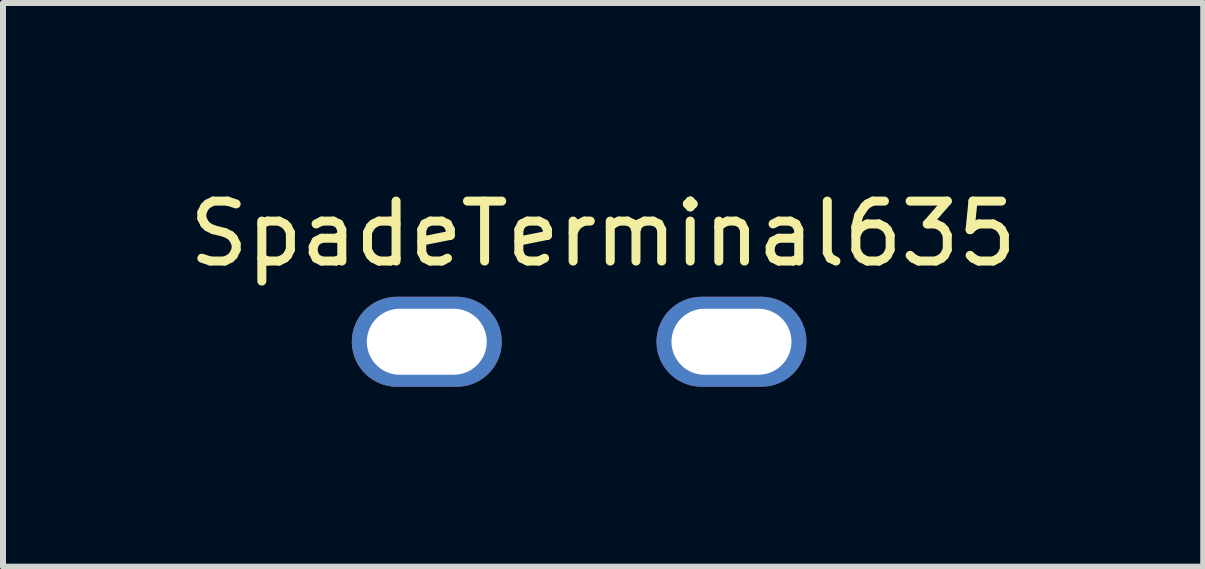
<source format=kicad_pcb>
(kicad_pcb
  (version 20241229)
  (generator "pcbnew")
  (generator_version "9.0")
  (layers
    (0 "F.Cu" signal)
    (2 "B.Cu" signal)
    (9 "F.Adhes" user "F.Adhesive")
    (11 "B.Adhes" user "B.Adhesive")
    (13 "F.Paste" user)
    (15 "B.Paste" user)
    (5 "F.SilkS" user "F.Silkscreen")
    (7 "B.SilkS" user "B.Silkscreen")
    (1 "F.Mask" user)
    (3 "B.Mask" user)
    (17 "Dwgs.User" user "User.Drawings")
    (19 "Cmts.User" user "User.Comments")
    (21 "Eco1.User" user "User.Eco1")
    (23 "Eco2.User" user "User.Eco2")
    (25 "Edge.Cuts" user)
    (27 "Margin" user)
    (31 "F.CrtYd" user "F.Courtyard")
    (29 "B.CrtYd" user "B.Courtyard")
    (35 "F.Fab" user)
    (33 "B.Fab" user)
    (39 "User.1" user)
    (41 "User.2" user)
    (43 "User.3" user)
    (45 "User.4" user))
  (footprint "SpadeTerminal635"
    (layer "F.Cu")
    (at 6.606 2.648)
    (property "Reference" "SpadeTerminal635" (at 0.4 -1.8 0) (layer "F.SilkS") (effects (font (size 1 1) (thickness 0.15))))
    (attr through_hole)
    (pad "1" thru_hole oval (at -2.54 0) (size 2.5 1.5) (drill oval 2 1.1) (layers "*.Cu" "*.Mask"))
    (pad "1" thru_hole oval (at 2.54 0) (size 2.5 1.5) (drill oval 2 1.1) (layers "*.Cu" "*.Mask")))
  (gr_rect
    (start -3 -3)
    (end 17.012 6.398)
    (stroke (width 0.1) (type default))
    (fill no)
    (layer "Edge.Cuts")))
</source>
